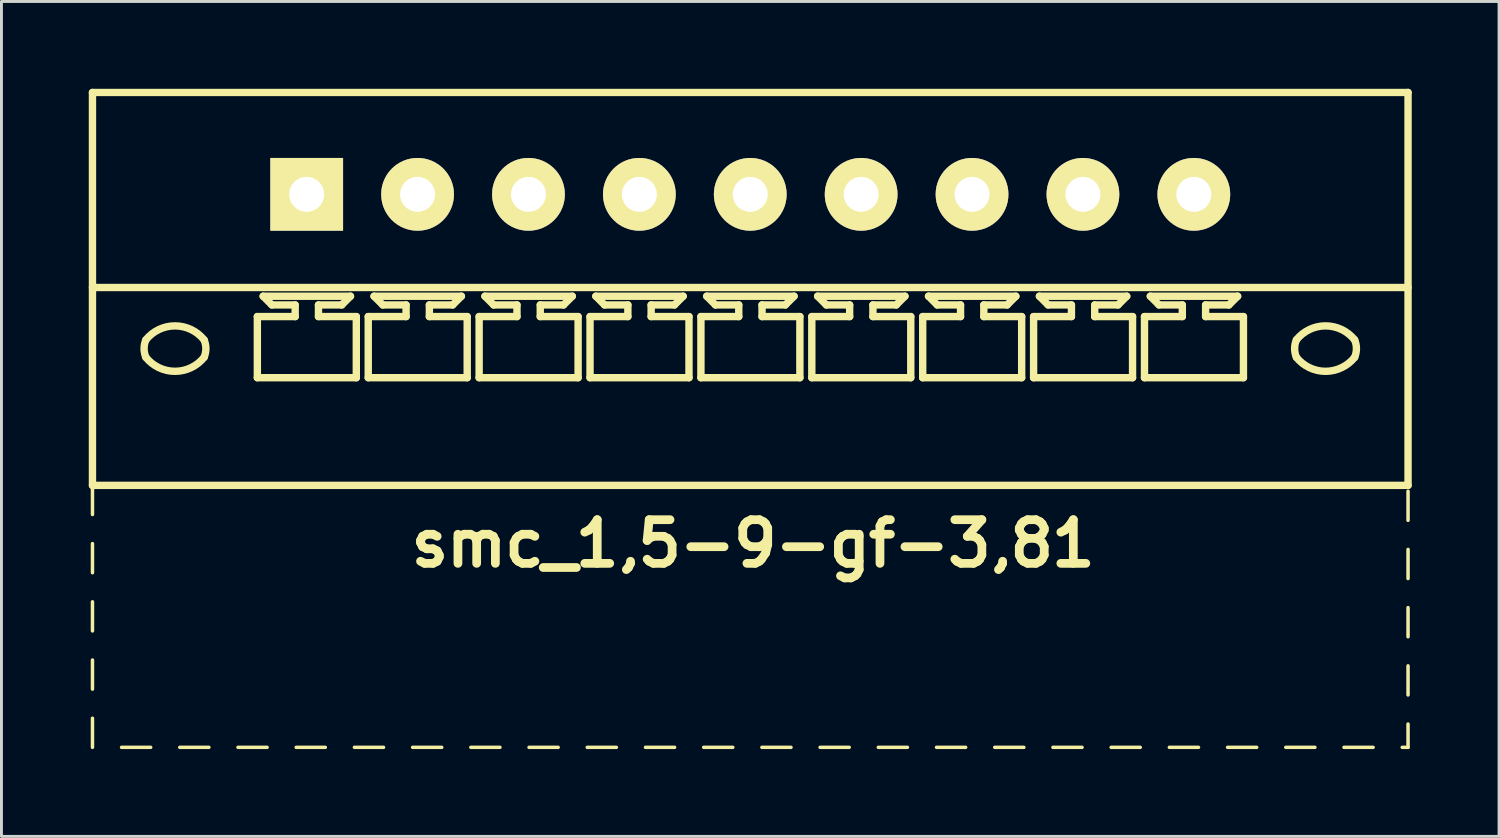
<source format=kicad_pcb>
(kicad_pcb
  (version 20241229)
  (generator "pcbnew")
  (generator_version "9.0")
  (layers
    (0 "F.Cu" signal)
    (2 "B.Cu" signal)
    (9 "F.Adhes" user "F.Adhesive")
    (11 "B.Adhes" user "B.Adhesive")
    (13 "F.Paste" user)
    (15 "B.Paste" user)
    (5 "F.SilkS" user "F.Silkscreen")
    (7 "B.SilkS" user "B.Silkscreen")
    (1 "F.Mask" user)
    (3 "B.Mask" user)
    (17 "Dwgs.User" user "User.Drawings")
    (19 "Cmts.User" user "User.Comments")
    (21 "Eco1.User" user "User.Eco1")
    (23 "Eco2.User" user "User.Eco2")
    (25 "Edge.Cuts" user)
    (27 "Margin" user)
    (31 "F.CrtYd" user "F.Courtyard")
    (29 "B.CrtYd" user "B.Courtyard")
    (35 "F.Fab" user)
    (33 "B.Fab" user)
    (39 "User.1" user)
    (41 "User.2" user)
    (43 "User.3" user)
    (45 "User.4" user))
  (footprint "smc_1,5-9-gf-3,81"
    (layer "F.Cu")
    (at 22.727 3.627)
    (property "Reference" "smc_1,5-9-gf-3,81" (at 0.1 12 0) (layer "F.SilkS") (effects (font (size 1.5 1.5) (thickness 0.3))))
    (attr through_hole)
    (fp_line (start -22.6 -3.5) (end -22.6 10) (stroke (width 0.254) (type solid)) (layer "F.SilkS"))
    (fp_line (start -22.6 -3.5) (end 22.6 -3.5) (stroke (width 0.254) (type solid)) (layer "F.SilkS"))
    (fp_line (start -22.6 3.2) (end 22.6 3.2) (stroke (width 0.254) (type solid)) (layer "F.SilkS"))
    (fp_line (start -22.6 10) (end -22.6 11) (stroke (width 0.12) (type solid)) (layer "F.SilkS"))
    (fp_line (start -22.6 10) (end 22.6 10) (stroke (width 0.254) (type solid)) (layer "F.SilkS"))
    (fp_line (start -22.6 12) (end -22.6 13) (stroke (width 0.12) (type solid)) (layer "F.SilkS"))
    (fp_line (start -22.6 14) (end -22.6 15) (stroke (width 0.12) (type solid)) (layer "F.SilkS"))
    (fp_line (start -22.6 16) (end -22.6 17) (stroke (width 0.12) (type solid)) (layer "F.SilkS"))
    (fp_line (start -22.6 18) (end -22.6 19) (stroke (width 0.12) (type solid)) (layer "F.SilkS"))
    (fp_line (start -21.6 19) (end -20.6 19) (stroke (width 0.12) (type solid)) (layer "F.SilkS"))
    (fp_line (start -19.6 19) (end -18.6 19) (stroke (width 0.12) (type solid)) (layer "F.SilkS"))
    (fp_line (start -17.6 19) (end -16.6 19) (stroke (width 0.12) (type solid)) (layer "F.SilkS"))
    (fp_line (start -16.935 4.2) (end -15.635 4.2) (stroke (width 0.254) (type solid)) (layer "F.SilkS"))
    (fp_line (start -16.935 6.3) (end -16.935 4.2) (stroke (width 0.254) (type solid)) (layer "F.SilkS"))
    (fp_line (start -16.735 3.5) (end -13.735 3.5) (stroke (width 0.254) (type solid)) (layer "F.SilkS"))
    (fp_line (start -16.435 3.8) (end -16.735 3.5) (stroke (width 0.254) (type solid)) (layer "F.SilkS"))
    (fp_line (start -15.635 3.8) (end -16.435 3.8) (stroke (width 0.254) (type solid)) (layer "F.SilkS"))
    (fp_line (start -15.635 4.2) (end -15.635 3.8) (stroke (width 0.254) (type solid)) (layer "F.SilkS"))
    (fp_line (start -15.6 19) (end -14.6 19) (stroke (width 0.12) (type solid)) (layer "F.SilkS"))
    (fp_line (start -14.835 3.8) (end -14.835 4.2) (stroke (width 0.254) (type solid)) (layer "F.SilkS"))
    (fp_line (start -14.835 4.2) (end -13.535 4.2) (stroke (width 0.254) (type solid)) (layer "F.SilkS"))
    (fp_line (start -14.035 3.8) (end -14.835 3.8) (stroke (width 0.254) (type solid)) (layer "F.SilkS"))
    (fp_line (start -14.035 3.8) (end -13.735 3.5) (stroke (width 0.254) (type solid)) (layer "F.SilkS"))
    (fp_line (start -13.6 19) (end -12.6 19) (stroke (width 0.12) (type solid)) (layer "F.SilkS"))
    (fp_line (start -13.535 4.2) (end -13.535 6.3) (stroke (width 0.254) (type solid)) (layer "F.SilkS"))
    (fp_line (start -13.535 6.3) (end -16.935 6.3) (stroke (width 0.254) (type solid)) (layer "F.SilkS"))
    (fp_line (start -13.125 4.2) (end -11.825 4.2) (stroke (width 0.254) (type solid)) (layer "F.SilkS"))
    (fp_line (start -13.125 6.3) (end -13.125 4.2) (stroke (width 0.254) (type solid)) (layer "F.SilkS"))
    (fp_line (start -12.925 3.5) (end -9.925 3.5) (stroke (width 0.254) (type solid)) (layer "F.SilkS"))
    (fp_line (start -12.625 3.8) (end -12.925 3.5) (stroke (width 0.254) (type solid)) (layer "F.SilkS"))
    (fp_line (start -11.825 3.8) (end -12.625 3.8) (stroke (width 0.254) (type solid)) (layer "F.SilkS"))
    (fp_line (start -11.825 4.2) (end -11.825 3.8) (stroke (width 0.254) (type solid)) (layer "F.SilkS"))
    (fp_line (start -11.6 19) (end -10.6 19) (stroke (width 0.12) (type solid)) (layer "F.SilkS"))
    (fp_line (start -11.025 3.8) (end -11.025 4.2) (stroke (width 0.254) (type solid)) (layer "F.SilkS"))
    (fp_line (start -11.025 4.2) (end -9.725 4.2) (stroke (width 0.254) (type solid)) (layer "F.SilkS"))
    (fp_line (start -10.225 3.8) (end -11.025 3.8) (stroke (width 0.254) (type solid)) (layer "F.SilkS"))
    (fp_line (start -10.225 3.8) (end -9.925 3.5) (stroke (width 0.254) (type solid)) (layer "F.SilkS"))
    (fp_line (start -9.725 4.2) (end -9.725 6.3) (stroke (width 0.254) (type solid)) (layer "F.SilkS"))
    (fp_line (start -9.725 6.3) (end -13.125 6.3) (stroke (width 0.254) (type solid)) (layer "F.SilkS"))
    (fp_line (start -9.6 19) (end -8.6 19) (stroke (width 0.12) (type solid)) (layer "F.SilkS"))
    (fp_line (start -9.315 4.2) (end -8.015 4.2) (stroke (width 0.254) (type solid)) (layer "F.SilkS"))
    (fp_line (start -9.315 6.3) (end -9.315 4.2) (stroke (width 0.254) (type solid)) (layer "F.SilkS"))
    (fp_line (start -9.115 3.5) (end -6.115 3.5) (stroke (width 0.254) (type solid)) (layer "F.SilkS"))
    (fp_line (start -8.815 3.8) (end -9.115 3.5) (stroke (width 0.254) (type solid)) (layer "F.SilkS"))
    (fp_line (start -8.015 3.8) (end -8.815 3.8) (stroke (width 0.254) (type solid)) (layer "F.SilkS"))
    (fp_line (start -8.015 4.2) (end -8.015 3.8) (stroke (width 0.254) (type solid)) (layer "F.SilkS"))
    (fp_line (start -7.6 19) (end -6.6 19) (stroke (width 0.12) (type solid)) (layer "F.SilkS"))
    (fp_line (start -7.215 3.8) (end -7.215 4.2) (stroke (width 0.254) (type solid)) (layer "F.SilkS"))
    (fp_line (start -7.215 4.2) (end -5.915 4.2) (stroke (width 0.254) (type solid)) (layer "F.SilkS"))
    (fp_line (start -6.415 3.8) (end -7.215 3.8) (stroke (width 0.254) (type solid)) (layer "F.SilkS"))
    (fp_line (start -6.415 3.8) (end -6.115 3.5) (stroke (width 0.254) (type solid)) (layer "F.SilkS"))
    (fp_line (start -5.915 4.2) (end -5.915 6.3) (stroke (width 0.254) (type solid)) (layer "F.SilkS"))
    (fp_line (start -5.915 6.3) (end -9.315 6.3) (stroke (width 0.254) (type solid)) (layer "F.SilkS"))
    (fp_line (start -5.6 19) (end -4.6 19) (stroke (width 0.12) (type solid)) (layer "F.SilkS"))
    (fp_line (start -5.505 4.2) (end -4.205 4.2) (stroke (width 0.254) (type solid)) (layer "F.SilkS"))
    (fp_line (start -5.505 6.3) (end -5.505 4.2) (stroke (width 0.254) (type solid)) (layer "F.SilkS"))
    (fp_line (start -5.305 3.5) (end -2.305 3.5) (stroke (width 0.254) (type solid)) (layer "F.SilkS"))
    (fp_line (start -5.005 3.8) (end -5.305 3.5) (stroke (width 0.254) (type solid)) (layer "F.SilkS"))
    (fp_line (start -4.205 3.8) (end -5.005 3.8) (stroke (width 0.254) (type solid)) (layer "F.SilkS"))
    (fp_line (start -4.205 4.2) (end -4.205 3.8) (stroke (width 0.254) (type solid)) (layer "F.SilkS"))
    (fp_line (start -3.6 19) (end -2.6 19) (stroke (width 0.12) (type solid)) (layer "F.SilkS"))
    (fp_line (start -3.405 3.8) (end -3.405 4.2) (stroke (width 0.254) (type solid)) (layer "F.SilkS"))
    (fp_line (start -3.405 4.2) (end -2.105 4.2) (stroke (width 0.254) (type solid)) (layer "F.SilkS"))
    (fp_line (start -2.605 3.8) (end -3.405 3.8) (stroke (width 0.254) (type solid)) (layer "F.SilkS"))
    (fp_line (start -2.605 3.8) (end -2.305 3.5) (stroke (width 0.254) (type solid)) (layer "F.SilkS"))
    (fp_line (start -2.105 4.2) (end -2.105 6.3) (stroke (width 0.254) (type solid)) (layer "F.SilkS"))
    (fp_line (start -2.105 6.3) (end -5.505 6.3) (stroke (width 0.254) (type solid)) (layer "F.SilkS"))
    (fp_line (start -1.695 4.2) (end -0.395 4.2) (stroke (width 0.254) (type solid)) (layer "F.SilkS"))
    (fp_line (start -1.695 6.3) (end -1.695 4.2) (stroke (width 0.254) (type solid)) (layer "F.SilkS"))
    (fp_line (start -1.6 19) (end -0.6 19) (stroke (width 0.12) (type solid)) (layer "F.SilkS"))
    (fp_line (start -1.495 3.5) (end 1.505 3.5) (stroke (width 0.254) (type solid)) (layer "F.SilkS"))
    (fp_line (start -1.195 3.8) (end -1.495 3.5) (stroke (width 0.254) (type solid)) (layer "F.SilkS"))
    (fp_line (start -0.395 3.8) (end -1.195 3.8) (stroke (width 0.254) (type solid)) (layer "F.SilkS"))
    (fp_line (start -0.395 4.2) (end -0.395 3.8) (stroke (width 0.254) (type solid)) (layer "F.SilkS"))
    (fp_line (start 0.4 19) (end 1.4 19) (stroke (width 0.12) (type solid)) (layer "F.SilkS"))
    (fp_line (start 0.405 3.8) (end 0.405 4.2) (stroke (width 0.254) (type solid)) (layer "F.SilkS"))
    (fp_line (start 0.405 4.2) (end 1.705 4.2) (stroke (width 0.254) (type solid)) (layer "F.SilkS"))
    (fp_line (start 1.205 3.8) (end 0.405 3.8) (stroke (width 0.254) (type solid)) (layer "F.SilkS"))
    (fp_line (start 1.205 3.8) (end 1.505 3.5) (stroke (width 0.254) (type solid)) (layer "F.SilkS"))
    (fp_line (start 1.705 4.2) (end 1.705 6.3) (stroke (width 0.254) (type solid)) (layer "F.SilkS"))
    (fp_line (start 1.705 6.3) (end -1.695 6.3) (stroke (width 0.254) (type solid)) (layer "F.SilkS"))
    (fp_line (start 2.115 4.2) (end 3.415 4.2) (stroke (width 0.254) (type solid)) (layer "F.SilkS"))
    (fp_line (start 2.115 6.3) (end 2.115 4.2) (stroke (width 0.254) (type solid)) (layer "F.SilkS"))
    (fp_line (start 2.315 3.5) (end 5.315 3.5) (stroke (width 0.254) (type solid)) (layer "F.SilkS"))
    (fp_line (start 2.4 19) (end 3.4 19) (stroke (width 0.12) (type solid)) (layer "F.SilkS"))
    (fp_line (start 2.615 3.8) (end 2.315 3.5) (stroke (width 0.254) (type solid)) (layer "F.SilkS"))
    (fp_line (start 3.415 3.8) (end 2.615 3.8) (stroke (width 0.254) (type solid)) (layer "F.SilkS"))
    (fp_line (start 3.415 4.2) (end 3.415 3.8) (stroke (width 0.254) (type solid)) (layer "F.SilkS"))
    (fp_line (start 4.215 3.8) (end 4.215 4.2) (stroke (width 0.254) (type solid)) (layer "F.SilkS"))
    (fp_line (start 4.215 4.2) (end 5.515 4.2) (stroke (width 0.254) (type solid)) (layer "F.SilkS"))
    (fp_line (start 4.4 19) (end 5.4 19) (stroke (width 0.12) (type solid)) (layer "F.SilkS"))
    (fp_line (start 5.015 3.8) (end 4.215 3.8) (stroke (width 0.254) (type solid)) (layer "F.SilkS"))
    (fp_line (start 5.015 3.8) (end 5.315 3.5) (stroke (width 0.254) (type solid)) (layer "F.SilkS"))
    (fp_line (start 5.515 4.2) (end 5.515 6.3) (stroke (width 0.254) (type solid)) (layer "F.SilkS"))
    (fp_line (start 5.515 6.3) (end 2.115 6.3) (stroke (width 0.254) (type solid)) (layer "F.SilkS"))
    (fp_line (start 5.925 4.2) (end 7.225 4.2) (stroke (width 0.254) (type solid)) (layer "F.SilkS"))
    (fp_line (start 5.925 6.3) (end 5.925 4.2) (stroke (width 0.254) (type solid)) (layer "F.SilkS"))
    (fp_line (start 6.125 3.5) (end 9.125 3.5) (stroke (width 0.254) (type solid)) (layer "F.SilkS"))
    (fp_line (start 6.4 19) (end 7.4 19) (stroke (width 0.12) (type solid)) (layer "F.SilkS"))
    (fp_line (start 6.425 3.8) (end 6.125 3.5) (stroke (width 0.254) (type solid)) (layer "F.SilkS"))
    (fp_line (start 7.225 3.8) (end 6.425 3.8) (stroke (width 0.254) (type solid)) (layer "F.SilkS"))
    (fp_line (start 7.225 4.2) (end 7.225 3.8) (stroke (width 0.254) (type solid)) (layer "F.SilkS"))
    (fp_line (start 8.025 3.8) (end 8.025 4.2) (stroke (width 0.254) (type solid)) (layer "F.SilkS"))
    (fp_line (start 8.025 4.2) (end 9.325 4.2) (stroke (width 0.254) (type solid)) (layer "F.SilkS"))
    (fp_line (start 8.4 19) (end 9.4 19) (stroke (width 0.12) (type solid)) (layer "F.SilkS"))
    (fp_line (start 8.825 3.8) (end 8.025 3.8) (stroke (width 0.254) (type solid)) (layer "F.SilkS"))
    (fp_line (start 8.825 3.8) (end 9.125 3.5) (stroke (width 0.254) (type solid)) (layer "F.SilkS"))
    (fp_line (start 9.325 4.2) (end 9.325 6.3) (stroke (width 0.254) (type solid)) (layer "F.SilkS"))
    (fp_line (start 9.325 6.3) (end 5.925 6.3) (stroke (width 0.254) (type solid)) (layer "F.SilkS"))
    (fp_line (start 9.735 4.2) (end 11.035 4.2) (stroke (width 0.254) (type solid)) (layer "F.SilkS"))
    (fp_line (start 9.735 6.3) (end 9.735 4.2) (stroke (width 0.254) (type solid)) (layer "F.SilkS"))
    (fp_line (start 9.935 3.5) (end 12.935 3.5) (stroke (width 0.254) (type solid)) (layer "F.SilkS"))
    (fp_line (start 10.235 3.8) (end 9.935 3.5) (stroke (width 0.254) (type solid)) (layer "F.SilkS"))
    (fp_line (start 10.4 19) (end 11.4 19) (stroke (width 0.12) (type solid)) (layer "F.SilkS"))
    (fp_line (start 11.035 3.8) (end 10.235 3.8) (stroke (width 0.254) (type solid)) (layer "F.SilkS"))
    (fp_line (start 11.035 4.2) (end 11.035 3.8) (stroke (width 0.254) (type solid)) (layer "F.SilkS"))
    (fp_line (start 11.835 3.8) (end 11.835 4.2) (stroke (width 0.254) (type solid)) (layer "F.SilkS"))
    (fp_line (start 11.835 4.2) (end 13.135 4.2) (stroke (width 0.254) (type solid)) (layer "F.SilkS"))
    (fp_line (start 12.4 19) (end 13.4 19) (stroke (width 0.12) (type solid)) (layer "F.SilkS"))
    (fp_line (start 12.635 3.8) (end 11.835 3.8) (stroke (width 0.254) (type solid)) (layer "F.SilkS"))
    (fp_line (start 12.635 3.8) (end 12.935 3.5) (stroke (width 0.254) (type solid)) (layer "F.SilkS"))
    (fp_line (start 13.135 4.2) (end 13.135 6.3) (stroke (width 0.254) (type solid)) (layer "F.SilkS"))
    (fp_line (start 13.135 6.3) (end 9.735 6.3) (stroke (width 0.254) (type solid)) (layer "F.SilkS"))
    (fp_line (start 13.545 4.2) (end 14.845 4.2) (stroke (width 0.254) (type solid)) (layer "F.SilkS"))
    (fp_line (start 13.545 6.3) (end 13.545 4.2) (stroke (width 0.254) (type solid)) (layer "F.SilkS"))
    (fp_line (start 13.745 3.5) (end 16.745 3.5) (stroke (width 0.254) (type solid)) (layer "F.SilkS"))
    (fp_line (start 14.045 3.8) (end 13.745 3.5) (stroke (width 0.254) (type solid)) (layer "F.SilkS"))
    (fp_line (start 14.4 19) (end 15.4 19) (stroke (width 0.12) (type solid)) (layer "F.SilkS"))
    (fp_line (start 14.845 3.8) (end 14.045 3.8) (stroke (width 0.254) (type solid)) (layer "F.SilkS"))
    (fp_line (start 14.845 4.2) (end 14.845 3.8) (stroke (width 0.254) (type solid)) (layer "F.SilkS"))
    (fp_line (start 15.645 3.8) (end 15.645 4.2) (stroke (width 0.254) (type solid)) (layer "F.SilkS"))
    (fp_line (start 15.645 4.2) (end 16.945 4.2) (stroke (width 0.254) (type solid)) (layer "F.SilkS"))
    (fp_line (start 16.4 19) (end 17.4 19) (stroke (width 0.12) (type solid)) (layer "F.SilkS"))
    (fp_line (start 16.445 3.8) (end 15.645 3.8) (stroke (width 0.254) (type solid)) (layer "F.SilkS"))
    (fp_line (start 16.445 3.8) (end 16.745 3.5) (stroke (width 0.254) (type solid)) (layer "F.SilkS"))
    (fp_line (start 16.945 4.2) (end 16.945 6.3) (stroke (width 0.254) (type solid)) (layer "F.SilkS"))
    (fp_line (start 16.945 6.3) (end 13.545 6.3) (stroke (width 0.254) (type solid)) (layer "F.SilkS"))
    (fp_line (start 18.4 19) (end 19.4 19) (stroke (width 0.12) (type solid)) (layer "F.SilkS"))
    (fp_line (start 20.4 19) (end 21.4 19) (stroke (width 0.12) (type solid)) (layer "F.SilkS"))
    (fp_line (start 22.4 19) (end 22.6 19) (stroke (width 0.12) (type solid)) (layer "F.SilkS"))
    (fp_line (start 22.6 -3.5) (end 22.6 10) (stroke (width 0.254) (type solid)) (layer "F.SilkS"))
    (fp_line (start 22.6 11.2) (end 22.6 10.2) (stroke (width 0.12) (type solid)) (layer "F.SilkS"))
    (fp_line (start 22.6 13.2) (end 22.6 12.2) (stroke (width 0.12) (type solid)) (layer "F.SilkS"))
    (fp_line (start 22.6 15.2) (end 22.6 14.2) (stroke (width 0.12) (type solid)) (layer "F.SilkS"))
    (fp_line (start 22.6 16.2) (end 22.6 17.2) (stroke (width 0.12) (type solid)) (layer "F.SilkS"))
    (fp_line (start 22.6 18.2) (end 22.6 19) (stroke (width 0.12) (type solid)) (layer "F.SilkS"))
    (fp_arc (start -20.765274 5.000342) (mid -19.765219 4.519375) (end -18.765 5) (stroke (width 0.254) (type solid)) (layer "F.SilkS"))
    (fp_arc (start -20.764985 5.600034) (mid -20.826577 5.300019) (end -20.765 5) (stroke (width 0.254) (type solid)) (layer "F.SilkS"))
    (fp_arc (start -18.765015 4.999966) (mid -18.703423 5.299981) (end -18.765 5.6) (stroke (width 0.254) (type solid)) (layer "F.SilkS"))
    (fp_arc (start -18.764726 5.599658) (mid -19.764781 6.080625) (end -20.765 5.6) (stroke (width 0.254) (type solid)) (layer "F.SilkS"))
    (fp_arc (start 18.764726 5.000342) (mid 19.764781 4.519375) (end 20.765 5) (stroke (width 0.254) (type solid)) (layer "F.SilkS"))
    (fp_arc (start 18.765015 5.600034) (mid 18.703423 5.300019) (end 18.765 5) (stroke (width 0.254) (type solid)) (layer "F.SilkS"))
    (fp_arc (start 20.764985 4.999966) (mid 20.826577 5.299981) (end 20.765 5.6) (stroke (width 0.254) (type solid)) (layer "F.SilkS"))
    (fp_arc (start 20.765274 5.599658) (mid 19.765219 6.080625) (end 18.765 5.6) (stroke (width 0.254) (type solid)) (layer "F.SilkS"))
    (pad "1" thru_hole rect (at -15.24 0) (size 2.5 2.5) (drill 1.2) (layers "*.Cu" "*.Mask" "F.SilkS"))
    (pad "2" thru_hole circle (at -11.43 0) (size 2.5 2.5) (drill 1.2) (layers "*.Cu" "*.Mask" "F.SilkS"))
    (pad "3" thru_hole circle (at -7.62 0) (size 2.5 2.5) (drill 1.2) (layers "*.Cu" "*.Mask" "F.SilkS"))
    (pad "4" thru_hole circle (at -3.81 0) (size 2.5 2.5) (drill 1.2) (layers "*.Cu" "*.Mask" "F.SilkS"))
    (pad "5" thru_hole circle (at 0 0) (size 2.5 2.5) (drill 1.2) (layers "*.Cu" "*.Mask" "F.SilkS"))
    (pad "6" thru_hole circle (at 3.81 0) (size 2.5 2.5) (drill 1.2) (layers "*.Cu" "*.Mask" "F.SilkS"))
    (pad "7" thru_hole circle (at 7.62 0) (size 2.5 2.5) (drill 1.2) (layers "*.Cu" "*.Mask" "F.SilkS"))
    (pad "8" thru_hole circle (at 11.43 0) (size 2.5 2.5) (drill 1.2) (layers "*.Cu" "*.Mask" "F.SilkS"))
    (pad "9" thru_hole circle (at 15.24 0) (size 2.5 2.5) (drill 1.2) (layers "*.Cu" "*.Mask" "F.SilkS")))
  (gr_rect
    (start -3 -3)
    (end 48.454 25.687)
    (stroke (width 0.1) (type default))
    (fill no)
    (layer "Edge.Cuts")))
</source>
